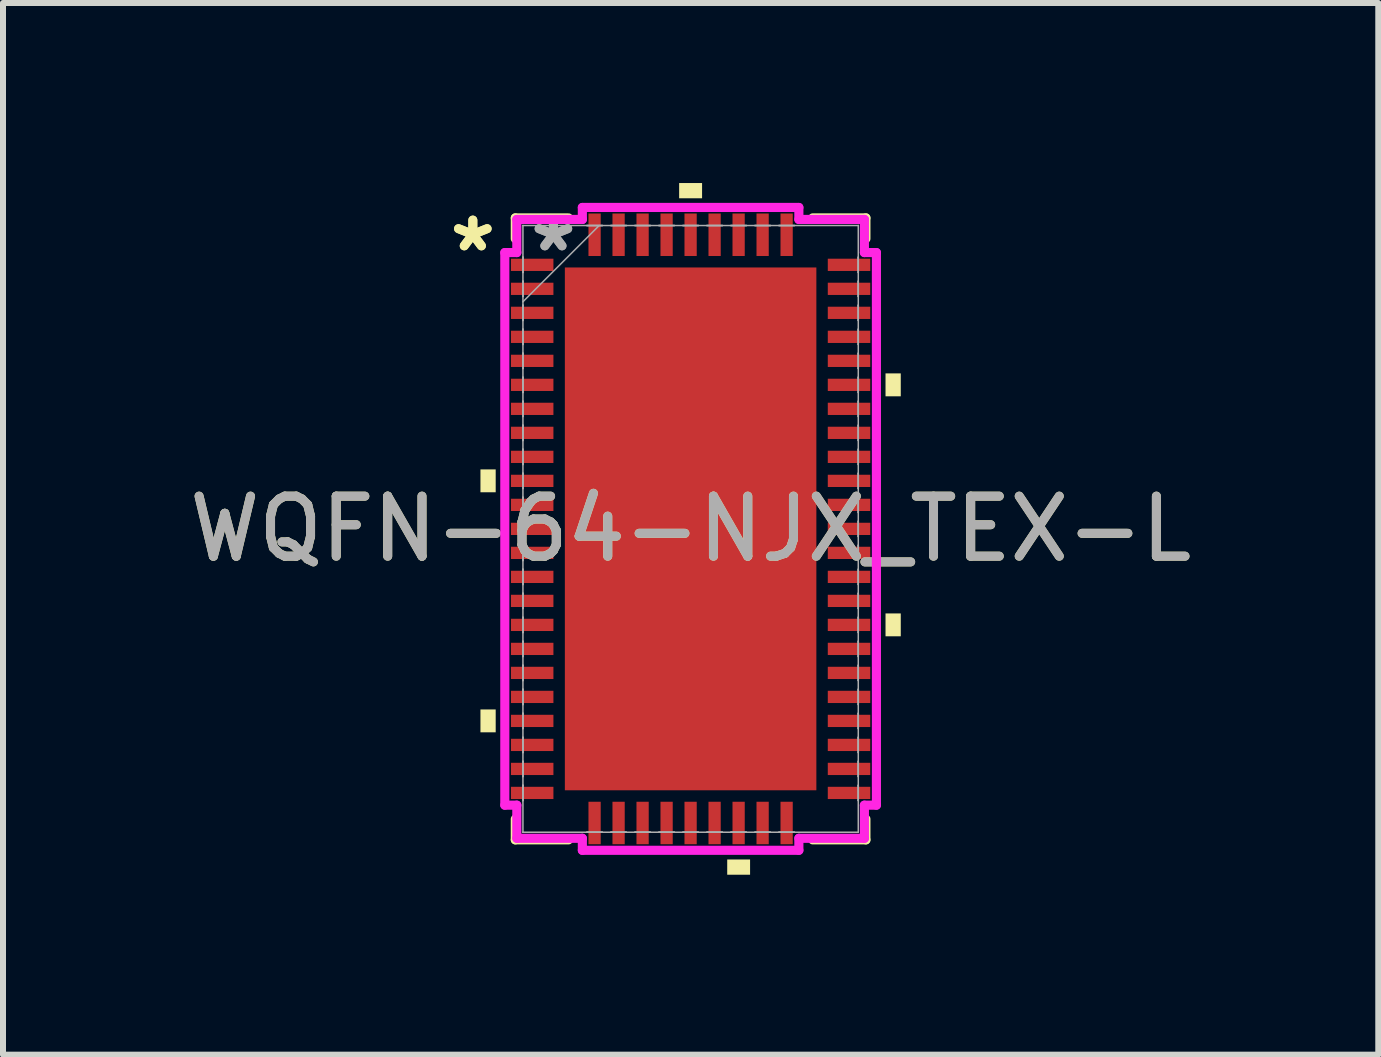
<source format=kicad_pcb>
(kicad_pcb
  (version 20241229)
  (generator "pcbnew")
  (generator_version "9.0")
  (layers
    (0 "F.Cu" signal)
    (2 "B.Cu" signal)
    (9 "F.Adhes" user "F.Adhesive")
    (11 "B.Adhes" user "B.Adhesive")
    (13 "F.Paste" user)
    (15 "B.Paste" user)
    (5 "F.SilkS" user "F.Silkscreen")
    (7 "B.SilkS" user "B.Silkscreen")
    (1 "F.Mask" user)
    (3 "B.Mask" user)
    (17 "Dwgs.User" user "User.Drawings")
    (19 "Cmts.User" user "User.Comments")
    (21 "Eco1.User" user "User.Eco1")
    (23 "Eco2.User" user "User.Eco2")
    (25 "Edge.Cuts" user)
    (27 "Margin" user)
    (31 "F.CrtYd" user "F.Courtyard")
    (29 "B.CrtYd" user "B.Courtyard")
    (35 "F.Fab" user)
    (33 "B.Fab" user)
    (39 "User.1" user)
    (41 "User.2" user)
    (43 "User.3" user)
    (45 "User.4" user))
  (footprint "WQFN-64-NJX_TEX-L"
    (layer "F.Cu")
    (at 8.458 5.763)
    (property "Reference" "WQFN-64-NJX_TEX-L" (at 0 0 0) (unlocked yes) (layer "F.SilkS") (effects (font (size 1 1) (thickness 0.15))))
    (attr smd)
    (fp_line (start -2.921 -5.182) (end -2.921 -4.835) (stroke (width 0.152) (type solid)) (layer "F.SilkS"))
    (fp_line (start -2.921 4.835) (end -2.921 5.182) (stroke (width 0.152) (type solid)) (layer "F.SilkS"))
    (fp_line (start -2.921 5.182) (end -2.035 5.182) (stroke (width 0.152) (type solid)) (layer "F.SilkS"))
    (fp_line (start -2.035 -5.182) (end -2.921 -5.182) (stroke (width 0.152) (type solid)) (layer "F.SilkS"))
    (fp_line (start 2.035 5.182) (end 2.921 5.182) (stroke (width 0.152) (type solid)) (layer "F.SilkS"))
    (fp_line (start 2.921 -5.182) (end 2.035 -5.182) (stroke (width 0.152) (type solid)) (layer "F.SilkS"))
    (fp_line (start 2.921 -4.835) (end 2.921 -5.182) (stroke (width 0.152) (type solid)) (layer "F.SilkS"))
    (fp_line (start 2.921 5.182) (end 2.921 4.835) (stroke (width 0.152) (type solid)) (layer "F.SilkS"))
    (fp_poly (pts (xy -3.502 -0.991) (xy -3.502 -0.61) (xy -3.248 -0.61) (xy -3.248 -0.991)) (stroke (width 0) (type solid)) (fill yes) (layer "F.SilkS"))
    (fp_poly (pts (xy -3.502 3.009) (xy -3.502 3.39) (xy -3.248 3.39) (xy -3.248 3.009)) (stroke (width 0) (type solid)) (fill yes) (layer "F.SilkS"))
    (fp_poly (pts (xy -0.191 -5.509) (xy -0.191 -5.763) (xy 0.191 -5.763) (xy 0.191 -5.509)) (stroke (width 0) (type solid)) (fill yes) (layer "F.SilkS"))
    (fp_poly (pts (xy 0.61 5.509) (xy 0.61 5.763) (xy 0.991 5.763) (xy 0.991 5.509)) (stroke (width 0) (type solid)) (fill yes) (layer "F.SilkS"))
    (fp_poly (pts (xy 3.502 -2.591) (xy 3.502 -2.209) (xy 3.248 -2.209) (xy 3.248 -2.591)) (stroke (width 0) (type solid)) (fill yes) (layer "F.SilkS"))
    (fp_poly (pts (xy 3.502 1.409) (xy 3.502 1.79) (xy 3.248 1.79) (xy 3.248 1.409)) (stroke (width 0) (type solid)) (fill yes) (layer "F.SilkS"))
    (fp_poly (pts (xy -1.996 -4.256) (xy -1.996 -3.004) (xy -0.798 -3.004) (xy -0.798 -4.256)) (stroke (width 0) (type solid)) (fill yes) (layer "F.Paste"))
    (fp_poly (pts (xy -1.996 -2.804) (xy -1.996 -1.552) (xy -0.798 -1.552) (xy -0.798 -2.804)) (stroke (width 0) (type solid)) (fill yes) (layer "F.Paste"))
    (fp_poly (pts (xy -1.996 -1.352) (xy -1.996 -0.1) (xy -0.798 -0.1) (xy -0.798 -1.352)) (stroke (width 0) (type solid)) (fill yes) (layer "F.Paste"))
    (fp_poly (pts (xy -1.996 0.1) (xy -1.996 1.352) (xy -0.798 1.352) (xy -0.798 0.1)) (stroke (width 0) (type solid)) (fill yes) (layer "F.Paste"))
    (fp_poly (pts (xy -1.996 1.552) (xy -1.996 2.804) (xy -0.798 2.804) (xy -0.798 1.552)) (stroke (width 0) (type solid)) (fill yes) (layer "F.Paste"))
    (fp_poly (pts (xy -1.996 3.004) (xy -1.996 4.256) (xy -0.798 4.256) (xy -0.798 3.004)) (stroke (width 0) (type solid)) (fill yes) (layer "F.Paste"))
    (fp_poly (pts (xy -0.599 -4.256) (xy -0.599 -3.004) (xy 0.599 -3.004) (xy 0.599 -4.256)) (stroke (width 0) (type solid)) (fill yes) (layer "F.Paste"))
    (fp_poly (pts (xy -0.599 -2.804) (xy -0.599 -1.552) (xy 0.599 -1.552) (xy 0.599 -2.804)) (stroke (width 0) (type solid)) (fill yes) (layer "F.Paste"))
    (fp_poly (pts (xy -0.599 -1.352) (xy -0.599 -0.1) (xy 0.599 -0.1) (xy 0.599 -1.352)) (stroke (width 0) (type solid)) (fill yes) (layer "F.Paste"))
    (fp_poly (pts (xy -0.599 0.1) (xy -0.599 1.352) (xy 0.599 1.352) (xy 0.599 0.1)) (stroke (width 0) (type solid)) (fill yes) (layer "F.Paste"))
    (fp_poly (pts (xy -0.599 1.552) (xy -0.599 2.804) (xy 0.599 2.804) (xy 0.599 1.552)) (stroke (width 0) (type solid)) (fill yes) (layer "F.Paste"))
    (fp_poly (pts (xy -0.599 3.004) (xy -0.599 4.256) (xy 0.599 4.256) (xy 0.599 3.004)) (stroke (width 0) (type solid)) (fill yes) (layer "F.Paste"))
    (fp_poly (pts (xy 0.798 -4.256) (xy 0.798 -3.004) (xy 1.996 -3.004) (xy 1.996 -4.256)) (stroke (width 0) (type solid)) (fill yes) (layer "F.Paste"))
    (fp_poly (pts (xy 0.798 -2.804) (xy 0.798 -1.552) (xy 1.996 -1.552) (xy 1.996 -2.804)) (stroke (width 0) (type solid)) (fill yes) (layer "F.Paste"))
    (fp_poly (pts (xy 0.798 -1.352) (xy 0.798 -0.1) (xy 1.996 -0.1) (xy 1.996 -1.352)) (stroke (width 0) (type solid)) (fill yes) (layer "F.Paste"))
    (fp_poly (pts (xy 0.798 0.1) (xy 0.798 1.352) (xy 1.996 1.352) (xy 1.996 0.1)) (stroke (width 0) (type solid)) (fill yes) (layer "F.Paste"))
    (fp_poly (pts (xy 0.798 1.552) (xy 0.798 2.804) (xy 1.996 2.804) (xy 1.996 1.552)) (stroke (width 0) (type solid)) (fill yes) (layer "F.Paste"))
    (fp_poly (pts (xy 0.798 3.004) (xy 0.798 4.256) (xy 1.996 4.256) (xy 1.996 3.004)) (stroke (width 0) (type solid)) (fill yes) (layer "F.Paste"))
    (fp_line (start -3.096 -4.604) (end -2.896 -4.604) (stroke (width 0.152) (type solid)) (layer "F.CrtYd"))
    (fp_line (start -3.096 4.604) (end -3.096 -4.604) (stroke (width 0.152) (type solid)) (layer "F.CrtYd"))
    (fp_line (start -2.896 -5.156) (end -1.804 -5.156) (stroke (width 0.152) (type solid)) (layer "F.CrtYd"))
    (fp_line (start -2.896 -4.604) (end -2.896 -5.156) (stroke (width 0.152) (type solid)) (layer "F.CrtYd"))
    (fp_line (start -2.896 4.604) (end -3.096 4.604) (stroke (width 0.152) (type solid)) (layer "F.CrtYd"))
    (fp_line (start -2.896 5.156) (end -2.896 4.604) (stroke (width 0.152) (type solid)) (layer "F.CrtYd"))
    (fp_line (start -1.804 -5.356) (end 1.804 -5.356) (stroke (width 0.152) (type solid)) (layer "F.CrtYd"))
    (fp_line (start -1.804 -5.156) (end -1.804 -5.356) (stroke (width 0.152) (type solid)) (layer "F.CrtYd"))
    (fp_line (start -1.804 5.156) (end -2.896 5.156) (stroke (width 0.152) (type solid)) (layer "F.CrtYd"))
    (fp_line (start -1.804 5.356) (end -1.804 5.156) (stroke (width 0.152) (type solid)) (layer "F.CrtYd"))
    (fp_line (start 1.804 -5.356) (end 1.804 -5.156) (stroke (width 0.152) (type solid)) (layer "F.CrtYd"))
    (fp_line (start 1.804 -5.156) (end 2.896 -5.156) (stroke (width 0.152) (type solid)) (layer "F.CrtYd"))
    (fp_line (start 1.804 5.156) (end 1.804 5.356) (stroke (width 0.152) (type solid)) (layer "F.CrtYd"))
    (fp_line (start 1.804 5.356) (end -1.804 5.356) (stroke (width 0.152) (type solid)) (layer "F.CrtYd"))
    (fp_line (start 2.896 -5.156) (end 2.896 -4.604) (stroke (width 0.152) (type solid)) (layer "F.CrtYd"))
    (fp_line (start 2.896 -4.604) (end 3.096 -4.604) (stroke (width 0.152) (type solid)) (layer "F.CrtYd"))
    (fp_line (start 2.896 4.604) (end 2.896 5.156) (stroke (width 0.152) (type solid)) (layer "F.CrtYd"))
    (fp_line (start 2.896 5.156) (end 1.804 5.156) (stroke (width 0.152) (type solid)) (layer "F.CrtYd"))
    (fp_line (start 3.096 -4.604) (end 3.096 4.604) (stroke (width 0.152) (type solid)) (layer "F.CrtYd"))
    (fp_line (start 3.096 4.604) (end 2.896 4.604) (stroke (width 0.152) (type solid)) (layer "F.CrtYd"))
    (fp_line (start -2.794 -5.055) (end -2.794 -5.055) (stroke (width 0.025) (type solid)) (layer "F.Fab"))
    (fp_line (start -2.794 -5.055) (end -2.794 5.055) (stroke (width 0.025) (type solid)) (layer "F.Fab"))
    (fp_line (start -2.794 -4.527) (end -2.794 -4.527) (stroke (width 0.025) (type solid)) (layer "F.Fab"))
    (fp_line (start -2.794 -4.527) (end -2.794 -4.273) (stroke (width 0.025) (type solid)) (layer "F.Fab"))
    (fp_line (start -2.794 -4.273) (end -2.794 -4.527) (stroke (width 0.025) (type solid)) (layer "F.Fab"))
    (fp_line (start -2.794 -4.273) (end -2.794 -4.273) (stroke (width 0.025) (type solid)) (layer "F.Fab"))
    (fp_line (start -2.794 -4.127) (end -2.794 -4.127) (stroke (width 0.025) (type solid)) (layer "F.Fab"))
    (fp_line (start -2.794 -4.127) (end -2.794 -3.873) (stroke (width 0.025) (type solid)) (layer "F.Fab"))
    (fp_line (start -2.794 -3.873) (end -2.794 -4.127) (stroke (width 0.025) (type solid)) (layer "F.Fab"))
    (fp_line (start -2.794 -3.873) (end -2.794 -3.873) (stroke (width 0.025) (type solid)) (layer "F.Fab"))
    (fp_line (start -2.794 -3.785) (end -1.524 -5.055) (stroke (width 0.025) (type solid)) (layer "F.Fab"))
    (fp_line (start -2.794 -3.727) (end -2.794 -3.727) (stroke (width 0.025) (type solid)) (layer "F.Fab"))
    (fp_line (start -2.794 -3.727) (end -2.794 -3.473) (stroke (width 0.025) (type solid)) (layer "F.Fab"))
    (fp_line (start -2.794 -3.473) (end -2.794 -3.727) (stroke (width 0.025) (type solid)) (layer "F.Fab"))
    (fp_line (start -2.794 -3.473) (end -2.794 -3.473) (stroke (width 0.025) (type solid)) (layer "F.Fab"))
    (fp_line (start -2.794 -3.327) (end -2.794 -3.327) (stroke (width 0.025) (type solid)) (layer "F.Fab"))
    (fp_line (start -2.794 -3.327) (end -2.794 -3.073) (stroke (width 0.025) (type solid)) (layer "F.Fab"))
    (fp_line (start -2.794 -3.073) (end -2.794 -3.327) (stroke (width 0.025) (type solid)) (layer "F.Fab"))
    (fp_line (start -2.794 -3.073) (end -2.794 -3.073) (stroke (width 0.025) (type solid)) (layer "F.Fab"))
    (fp_line (start -2.794 -2.927) (end -2.794 -2.927) (stroke (width 0.025) (type solid)) (layer "F.Fab"))
    (fp_line (start -2.794 -2.927) (end -2.794 -2.673) (stroke (width 0.025) (type solid)) (layer "F.Fab"))
    (fp_line (start -2.794 -2.673) (end -2.794 -2.927) (stroke (width 0.025) (type solid)) (layer "F.Fab"))
    (fp_line (start -2.794 -2.673) (end -2.794 -2.673) (stroke (width 0.025) (type solid)) (layer "F.Fab"))
    (fp_line (start -2.794 -2.527) (end -2.794 -2.527) (stroke (width 0.025) (type solid)) (layer "F.Fab"))
    (fp_line (start -2.794 -2.527) (end -2.794 -2.273) (stroke (width 0.025) (type solid)) (layer "F.Fab"))
    (fp_line (start -2.794 -2.273) (end -2.794 -2.527) (stroke (width 0.025) (type solid)) (layer "F.Fab"))
    (fp_line (start -2.794 -2.273) (end -2.794 -2.273) (stroke (width 0.025) (type solid)) (layer "F.Fab"))
    (fp_line (start -2.794 -2.127) (end -2.794 -2.127) (stroke (width 0.025) (type solid)) (layer "F.Fab"))
    (fp_line (start -2.794 -2.127) (end -2.794 -1.873) (stroke (width 0.025) (type solid)) (layer "F.Fab"))
    (fp_line (start -2.794 -1.873) (end -2.794 -2.127) (stroke (width 0.025) (type solid)) (layer "F.Fab"))
    (fp_line (start -2.794 -1.873) (end -2.794 -1.873) (stroke (width 0.025) (type solid)) (layer "F.Fab"))
    (fp_line (start -2.794 -1.727) (end -2.794 -1.727) (stroke (width 0.025) (type solid)) (layer "F.Fab"))
    (fp_line (start -2.794 -1.727) (end -2.794 -1.473) (stroke (width 0.025) (type solid)) (layer "F.Fab"))
    (fp_line (start -2.794 -1.473) (end -2.794 -1.727) (stroke (width 0.025) (type solid)) (layer "F.Fab"))
    (fp_line (start -2.794 -1.473) (end -2.794 -1.473) (stroke (width 0.025) (type solid)) (layer "F.Fab"))
    (fp_line (start -2.794 -1.327) (end -2.794 -1.327) (stroke (width 0.025) (type solid)) (layer "F.Fab"))
    (fp_line (start -2.794 -1.327) (end -2.794 -1.073) (stroke (width 0.025) (type solid)) (layer "F.Fab"))
    (fp_line (start -2.794 -1.073) (end -2.794 -1.327) (stroke (width 0.025) (type solid)) (layer "F.Fab"))
    (fp_line (start -2.794 -1.073) (end -2.794 -1.073) (stroke (width 0.025) (type solid)) (layer "F.Fab"))
    (fp_line (start -2.794 -0.927) (end -2.794 -0.927) (stroke (width 0.025) (type solid)) (layer "F.Fab"))
    (fp_line (start -2.794 -0.927) (end -2.794 -0.673) (stroke (width 0.025) (type solid)) (layer "F.Fab"))
    (fp_line (start -2.794 -0.673) (end -2.794 -0.927) (stroke (width 0.025) (type solid)) (layer "F.Fab"))
    (fp_line (start -2.794 -0.673) (end -2.794 -0.673) (stroke (width 0.025) (type solid)) (layer "F.Fab"))
    (fp_line (start -2.794 -0.527) (end -2.794 -0.527) (stroke (width 0.025) (type solid)) (layer "F.Fab"))
    (fp_line (start -2.794 -0.527) (end -2.794 -0.273) (stroke (width 0.025) (type solid)) (layer "F.Fab"))
    (fp_line (start -2.794 -0.273) (end -2.794 -0.527) (stroke (width 0.025) (type solid)) (layer "F.Fab"))
    (fp_line (start -2.794 -0.273) (end -2.794 -0.273) (stroke (width 0.025) (type solid)) (layer "F.Fab"))
    (fp_line (start -2.794 -0.127) (end -2.794 -0.127) (stroke (width 0.025) (type solid)) (layer "F.Fab"))
    (fp_line (start -2.794 -0.127) (end -2.794 0.127) (stroke (width 0.025) (type solid)) (layer "F.Fab"))
    (fp_line (start -2.794 0.127) (end -2.794 -0.127) (stroke (width 0.025) (type solid)) (layer "F.Fab"))
    (fp_line (start -2.794 0.127) (end -2.794 0.127) (stroke (width 0.025) (type solid)) (layer "F.Fab"))
    (fp_line (start -2.794 0.273) (end -2.794 0.273) (stroke (width 0.025) (type solid)) (layer "F.Fab"))
    (fp_line (start -2.794 0.273) (end -2.794 0.527) (stroke (width 0.025) (type solid)) (layer "F.Fab"))
    (fp_line (start -2.794 0.527) (end -2.794 0.273) (stroke (width 0.025) (type solid)) (layer "F.Fab"))
    (fp_line (start -2.794 0.527) (end -2.794 0.527) (stroke (width 0.025) (type solid)) (layer "F.Fab"))
    (fp_line (start -2.794 0.673) (end -2.794 0.673) (stroke (width 0.025) (type solid)) (layer "F.Fab"))
    (fp_line (start -2.794 0.673) (end -2.794 0.927) (stroke (width 0.025) (type solid)) (layer "F.Fab"))
    (fp_line (start -2.794 0.927) (end -2.794 0.673) (stroke (width 0.025) (type solid)) (layer "F.Fab"))
    (fp_line (start -2.794 0.927) (end -2.794 0.927) (stroke (width 0.025) (type solid)) (layer "F.Fab"))
    (fp_line (start -2.794 1.073) (end -2.794 1.073) (stroke (width 0.025) (type solid)) (layer "F.Fab"))
    (fp_line (start -2.794 1.073) (end -2.794 1.327) (stroke (width 0.025) (type solid)) (layer "F.Fab"))
    (fp_line (start -2.794 1.327) (end -2.794 1.073) (stroke (width 0.025) (type solid)) (layer "F.Fab"))
    (fp_line (start -2.794 1.327) (end -2.794 1.327) (stroke (width 0.025) (type solid)) (layer "F.Fab"))
    (fp_line (start -2.794 1.473) (end -2.794 1.473) (stroke (width 0.025) (type solid)) (layer "F.Fab"))
    (fp_line (start -2.794 1.473) (end -2.794 1.727) (stroke (width 0.025) (type solid)) (layer "F.Fab"))
    (fp_line (start -2.794 1.727) (end -2.794 1.473) (stroke (width 0.025) (type solid)) (layer "F.Fab"))
    (fp_line (start -2.794 1.727) (end -2.794 1.727) (stroke (width 0.025) (type solid)) (layer "F.Fab"))
    (fp_line (start -2.794 1.873) (end -2.794 1.873) (stroke (width 0.025) (type solid)) (layer "F.Fab"))
    (fp_line (start -2.794 1.873) (end -2.794 2.127) (stroke (width 0.025) (type solid)) (layer "F.Fab"))
    (fp_line (start -2.794 2.127) (end -2.794 1.873) (stroke (width 0.025) (type solid)) (layer "F.Fab"))
    (fp_line (start -2.794 2.127) (end -2.794 2.127) (stroke (width 0.025) (type solid)) (layer "F.Fab"))
    (fp_line (start -2.794 2.273) (end -2.794 2.273) (stroke (width 0.025) (type solid)) (layer "F.Fab"))
    (fp_line (start -2.794 2.273) (end -2.794 2.527) (stroke (width 0.025) (type solid)) (layer "F.Fab"))
    (fp_line (start -2.794 2.527) (end -2.794 2.273) (stroke (width 0.025) (type solid)) (layer "F.Fab"))
    (fp_line (start -2.794 2.527) (end -2.794 2.527) (stroke (width 0.025) (type solid)) (layer "F.Fab"))
    (fp_line (start -2.794 2.673) (end -2.794 2.673) (stroke (width 0.025) (type solid)) (layer "F.Fab"))
    (fp_line (start -2.794 2.673) (end -2.794 2.927) (stroke (width 0.025) (type solid)) (layer "F.Fab"))
    (fp_line (start -2.794 2.927) (end -2.794 2.673) (stroke (width 0.025) (type solid)) (layer "F.Fab"))
    (fp_line (start -2.794 2.927) (end -2.794 2.927) (stroke (width 0.025) (type solid)) (layer "F.Fab"))
    (fp_line (start -2.794 3.073) (end -2.794 3.073) (stroke (width 0.025) (type solid)) (layer "F.Fab"))
    (fp_line (start -2.794 3.073) (end -2.794 3.327) (stroke (width 0.025) (type solid)) (layer "F.Fab"))
    (fp_line (start -2.794 3.327) (end -2.794 3.073) (stroke (width 0.025) (type solid)) (layer "F.Fab"))
    (fp_line (start -2.794 3.327) (end -2.794 3.327) (stroke (width 0.025) (type solid)) (layer "F.Fab"))
    (fp_line (start -2.794 3.473) (end -2.794 3.473) (stroke (width 0.025) (type solid)) (layer "F.Fab"))
    (fp_line (start -2.794 3.473) (end -2.794 3.727) (stroke (width 0.025) (type solid)) (layer "F.Fab"))
    (fp_line (start -2.794 3.727) (end -2.794 3.473) (stroke (width 0.025) (type solid)) (layer "F.Fab"))
    (fp_line (start -2.794 3.727) (end -2.794 3.727) (stroke (width 0.025) (type solid)) (layer "F.Fab"))
    (fp_line (start -2.794 3.873) (end -2.794 3.873) (stroke (width 0.025) (type solid)) (layer "F.Fab"))
    (fp_line (start -2.794 3.873) (end -2.794 4.127) (stroke (width 0.025) (type solid)) (layer "F.Fab"))
    (fp_line (start -2.794 4.127) (end -2.794 3.873) (stroke (width 0.025) (type solid)) (layer "F.Fab"))
    (fp_line (start -2.794 4.127) (end -2.794 4.127) (stroke (width 0.025) (type solid)) (layer "F.Fab"))
    (fp_line (start -2.794 4.273) (end -2.794 4.273) (stroke (width 0.025) (type solid)) (layer "F.Fab"))
    (fp_line (start -2.794 4.273) (end -2.794 4.527) (stroke (width 0.025) (type solid)) (layer "F.Fab"))
    (fp_line (start -2.794 4.527) (end -2.794 4.273) (stroke (width 0.025) (type solid)) (layer "F.Fab"))
    (fp_line (start -2.794 4.527) (end -2.794 4.527) (stroke (width 0.025) (type solid)) (layer "F.Fab"))
    (fp_line (start -2.794 5.055) (end -2.794 5.055) (stroke (width 0.025) (type solid)) (layer "F.Fab"))
    (fp_line (start -2.794 5.055) (end 2.794 5.055) (stroke (width 0.025) (type solid)) (layer "F.Fab"))
    (fp_line (start -1.727 -5.055) (end -1.727 -5.055) (stroke (width 0.025) (type solid)) (layer "F.Fab"))
    (fp_line (start -1.727 -5.055) (end -1.473 -5.055) (stroke (width 0.025) (type solid)) (layer "F.Fab"))
    (fp_line (start -1.727 5.055) (end -1.727 5.055) (stroke (width 0.025) (type solid)) (layer "F.Fab"))
    (fp_line (start -1.727 5.055) (end -1.473 5.055) (stroke (width 0.025) (type solid)) (layer "F.Fab"))
    (fp_line (start -1.473 -5.055) (end -1.727 -5.055) (stroke (width 0.025) (type solid)) (layer "F.Fab"))
    (fp_line (start -1.473 -5.055) (end -1.473 -5.055) (stroke (width 0.025) (type solid)) (layer "F.Fab"))
    (fp_line (start -1.473 5.055) (end -1.727 5.055) (stroke (width 0.025) (type solid)) (layer "F.Fab"))
    (fp_line (start -1.473 5.055) (end -1.473 5.055) (stroke (width 0.025) (type solid)) (layer "F.Fab"))
    (fp_line (start -1.327 -5.055) (end -1.327 -5.055) (stroke (width 0.025) (type solid)) (layer "F.Fab"))
    (fp_line (start -1.327 -5.055) (end -1.073 -5.055) (stroke (width 0.025) (type solid)) (layer "F.Fab"))
    (fp_line (start -1.327 5.055) (end -1.327 5.055) (stroke (width 0.025) (type solid)) (layer "F.Fab"))
    (fp_line (start -1.327 5.055) (end -1.073 5.055) (stroke (width 0.025) (type solid)) (layer "F.Fab"))
    (fp_line (start -1.073 -5.055) (end -1.327 -5.055) (stroke (width 0.025) (type solid)) (layer "F.Fab"))
    (fp_line (start -1.073 -5.055) (end -1.073 -5.055) (stroke (width 0.025) (type solid)) (layer "F.Fab"))
    (fp_line (start -1.073 5.055) (end -1.327 5.055) (stroke (width 0.025) (type solid)) (layer "F.Fab"))
    (fp_line (start -1.073 5.055) (end -1.073 5.055) (stroke (width 0.025) (type solid)) (layer "F.Fab"))
    (fp_line (start -0.927 -5.055) (end -0.927 -5.055) (stroke (width 0.025) (type solid)) (layer "F.Fab"))
    (fp_line (start -0.927 -5.055) (end -0.673 -5.055) (stroke (width 0.025) (type solid)) (layer "F.Fab"))
    (fp_line (start -0.927 5.055) (end -0.927 5.055) (stroke (width 0.025) (type solid)) (layer "F.Fab"))
    (fp_line (start -0.927 5.055) (end -0.673 5.055) (stroke (width 0.025) (type solid)) (layer "F.Fab"))
    (fp_line (start -0.673 -5.055) (end -0.927 -5.055) (stroke (width 0.025) (type solid)) (layer "F.Fab"))
    (fp_line (start -0.673 -5.055) (end -0.673 -5.055) (stroke (width 0.025) (type solid)) (layer "F.Fab"))
    (fp_line (start -0.673 5.055) (end -0.927 5.055) (stroke (width 0.025) (type solid)) (layer "F.Fab"))
    (fp_line (start -0.673 5.055) (end -0.673 5.055) (stroke (width 0.025) (type solid)) (layer "F.Fab"))
    (fp_line (start -0.527 -5.055) (end -0.527 -5.055) (stroke (width 0.025) (type solid)) (layer "F.Fab"))
    (fp_line (start -0.527 -5.055) (end -0.273 -5.055) (stroke (width 0.025) (type solid)) (layer "F.Fab"))
    (fp_line (start -0.527 5.055) (end -0.527 5.055) (stroke (width 0.025) (type solid)) (layer "F.Fab"))
    (fp_line (start -0.527 5.055) (end -0.273 5.055) (stroke (width 0.025) (type solid)) (layer "F.Fab"))
    (fp_line (start -0.273 -5.055) (end -0.527 -5.055) (stroke (width 0.025) (type solid)) (layer "F.Fab"))
    (fp_line (start -0.273 -5.055) (end -0.273 -5.055) (stroke (width 0.025) (type solid)) (layer "F.Fab"))
    (fp_line (start -0.273 5.055) (end -0.527 5.055) (stroke (width 0.025) (type solid)) (layer "F.Fab"))
    (fp_line (start -0.273 5.055) (end -0.273 5.055) (stroke (width 0.025) (type solid)) (layer "F.Fab"))
    (fp_line (start -0.127 -5.055) (end -0.127 -5.055) (stroke (width 0.025) (type solid)) (layer "F.Fab"))
    (fp_line (start -0.127 -5.055) (end 0.127 -5.055) (stroke (width 0.025) (type solid)) (layer "F.Fab"))
    (fp_line (start -0.127 5.055) (end -0.127 5.055) (stroke (width 0.025) (type solid)) (layer "F.Fab"))
    (fp_line (start -0.127 5.055) (end 0.127 5.055) (stroke (width 0.025) (type solid)) (layer "F.Fab"))
    (fp_line (start 0.127 -5.055) (end -0.127 -5.055) (stroke (width 0.025) (type solid)) (layer "F.Fab"))
    (fp_line (start 0.127 -5.055) (end 0.127 -5.055) (stroke (width 0.025) (type solid)) (layer "F.Fab"))
    (fp_line (start 0.127 5.055) (end -0.127 5.055) (stroke (width 0.025) (type solid)) (layer "F.Fab"))
    (fp_line (start 0.127 5.055) (end 0.127 5.055) (stroke (width 0.025) (type solid)) (layer "F.Fab"))
    (fp_line (start 0.273 -5.055) (end 0.273 -5.055) (stroke (width 0.025) (type solid)) (layer "F.Fab"))
    (fp_line (start 0.273 -5.055) (end 0.527 -5.055) (stroke (width 0.025) (type solid)) (layer "F.Fab"))
    (fp_line (start 0.273 5.055) (end 0.273 5.055) (stroke (width 0.025) (type solid)) (layer "F.Fab"))
    (fp_line (start 0.273 5.055) (end 0.527 5.055) (stroke (width 0.025) (type solid)) (layer "F.Fab"))
    (fp_line (start 0.527 -5.055) (end 0.273 -5.055) (stroke (width 0.025) (type solid)) (layer "F.Fab"))
    (fp_line (start 0.527 -5.055) (end 0.527 -5.055) (stroke (width 0.025) (type solid)) (layer "F.Fab"))
    (fp_line (start 0.527 5.055) (end 0.273 5.055) (stroke (width 0.025) (type solid)) (layer "F.Fab"))
    (fp_line (start 0.527 5.055) (end 0.527 5.055) (stroke (width 0.025) (type solid)) (layer "F.Fab"))
    (fp_line (start 0.673 -5.055) (end 0.673 -5.055) (stroke (width 0.025) (type solid)) (layer "F.Fab"))
    (fp_line (start 0.673 -5.055) (end 0.927 -5.055) (stroke (width 0.025) (type solid)) (layer "F.Fab"))
    (fp_line (start 0.673 5.055) (end 0.673 5.055) (stroke (width 0.025) (type solid)) (layer "F.Fab"))
    (fp_line (start 0.673 5.055) (end 0.927 5.055) (stroke (width 0.025) (type solid)) (layer "F.Fab"))
    (fp_line (start 0.927 -5.055) (end 0.673 -5.055) (stroke (width 0.025) (type solid)) (layer "F.Fab"))
    (fp_line (start 0.927 -5.055) (end 0.927 -5.055) (stroke (width 0.025) (type solid)) (layer "F.Fab"))
    (fp_line (start 0.927 5.055) (end 0.673 5.055) (stroke (width 0.025) (type solid)) (layer "F.Fab"))
    (fp_line (start 0.927 5.055) (end 0.927 5.055) (stroke (width 0.025) (type solid)) (layer "F.Fab"))
    (fp_line (start 1.073 -5.055) (end 1.073 -5.055) (stroke (width 0.025) (type solid)) (layer "F.Fab"))
    (fp_line (start 1.073 -5.055) (end 1.327 -5.055) (stroke (width 0.025) (type solid)) (layer "F.Fab"))
    (fp_line (start 1.073 5.055) (end 1.073 5.055) (stroke (width 0.025) (type solid)) (layer "F.Fab"))
    (fp_line (start 1.073 5.055) (end 1.327 5.055) (stroke (width 0.025) (type solid)) (layer "F.Fab"))
    (fp_line (start 1.327 -5.055) (end 1.073 -5.055) (stroke (width 0.025) (type solid)) (layer "F.Fab"))
    (fp_line (start 1.327 -5.055) (end 1.327 -5.055) (stroke (width 0.025) (type solid)) (layer "F.Fab"))
    (fp_line (start 1.327 5.055) (end 1.073 5.055) (stroke (width 0.025) (type solid)) (layer "F.Fab"))
    (fp_line (start 1.327 5.055) (end 1.327 5.055) (stroke (width 0.025) (type solid)) (layer "F.Fab"))
    (fp_line (start 1.473 -5.055) (end 1.473 -5.055) (stroke (width 0.025) (type solid)) (layer "F.Fab"))
    (fp_line (start 1.473 -5.055) (end 1.727 -5.055) (stroke (width 0.025) (type solid)) (layer "F.Fab"))
    (fp_line (start 1.473 5.055) (end 1.473 5.055) (stroke (width 0.025) (type solid)) (layer "F.Fab"))
    (fp_line (start 1.473 5.055) (end 1.727 5.055) (stroke (width 0.025) (type solid)) (layer "F.Fab"))
    (fp_line (start 1.727 -5.055) (end 1.473 -5.055) (stroke (width 0.025) (type solid)) (layer "F.Fab"))
    (fp_line (start 1.727 -5.055) (end 1.727 -5.055) (stroke (width 0.025) (type solid)) (layer "F.Fab"))
    (fp_line (start 1.727 5.055) (end 1.473 5.055) (stroke (width 0.025) (type solid)) (layer "F.Fab"))
    (fp_line (start 1.727 5.055) (end 1.727 5.055) (stroke (width 0.025) (type solid)) (layer "F.Fab"))
    (fp_line (start 2.794 -5.055) (end -2.794 -5.055) (stroke (width 0.025) (type solid)) (layer "F.Fab"))
    (fp_line (start 2.794 -5.055) (end 2.794 -5.055) (stroke (width 0.025) (type solid)) (layer "F.Fab"))
    (fp_line (start 2.794 -4.527) (end 2.794 -4.527) (stroke (width 0.025) (type solid)) (layer "F.Fab"))
    (fp_line (start 2.794 -4.527) (end 2.794 -4.273) (stroke (width 0.025) (type solid)) (layer "F.Fab"))
    (fp_line (start 2.794 -4.273) (end 2.794 -4.527) (stroke (width 0.025) (type solid)) (layer "F.Fab"))
    (fp_line (start 2.794 -4.273) (end 2.794 -4.273) (stroke (width 0.025) (type solid)) (layer "F.Fab"))
    (fp_line (start 2.794 -4.127) (end 2.794 -4.127) (stroke (width 0.025) (type solid)) (layer "F.Fab"))
    (fp_line (start 2.794 -4.127) (end 2.794 -3.873) (stroke (width 0.025) (type solid)) (layer "F.Fab"))
    (fp_line (start 2.794 -3.873) (end 2.794 -4.127) (stroke (width 0.025) (type solid)) (layer "F.Fab"))
    (fp_line (start 2.794 -3.873) (end 2.794 -3.873) (stroke (width 0.025) (type solid)) (layer "F.Fab"))
    (fp_line (start 2.794 -3.727) (end 2.794 -3.727) (stroke (width 0.025) (type solid)) (layer "F.Fab"))
    (fp_line (start 2.794 -3.727) (end 2.794 -3.473) (stroke (width 0.025) (type solid)) (layer "F.Fab"))
    (fp_line (start 2.794 -3.473) (end 2.794 -3.727) (stroke (width 0.025) (type solid)) (layer "F.Fab"))
    (fp_line (start 2.794 -3.473) (end 2.794 -3.473) (stroke (width 0.025) (type solid)) (layer "F.Fab"))
    (fp_line (start 2.794 -3.327) (end 2.794 -3.327) (stroke (width 0.025) (type solid)) (layer "F.Fab"))
    (fp_line (start 2.794 -3.327) (end 2.794 -3.073) (stroke (width 0.025) (type solid)) (layer "F.Fab"))
    (fp_line (start 2.794 -3.073) (end 2.794 -3.327) (stroke (width 0.025) (type solid)) (layer "F.Fab"))
    (fp_line (start 2.794 -3.073) (end 2.794 -3.073) (stroke (width 0.025) (type solid)) (layer "F.Fab"))
    (fp_line (start 2.794 -2.927) (end 2.794 -2.927) (stroke (width 0.025) (type solid)) (layer "F.Fab"))
    (fp_line (start 2.794 -2.927) (end 2.794 -2.673) (stroke (width 0.025) (type solid)) (layer "F.Fab"))
    (fp_line (start 2.794 -2.673) (end 2.794 -2.927) (stroke (width 0.025) (type solid)) (layer "F.Fab"))
    (fp_line (start 2.794 -2.673) (end 2.794 -2.673) (stroke (width 0.025) (type solid)) (layer "F.Fab"))
    (fp_line (start 2.794 -2.527) (end 2.794 -2.527) (stroke (width 0.025) (type solid)) (layer "F.Fab"))
    (fp_line (start 2.794 -2.527) (end 2.794 -2.273) (stroke (width 0.025) (type solid)) (layer "F.Fab"))
    (fp_line (start 2.794 -2.273) (end 2.794 -2.527) (stroke (width 0.025) (type solid)) (layer "F.Fab"))
    (fp_line (start 2.794 -2.273) (end 2.794 -2.273) (stroke (width 0.025) (type solid)) (layer "F.Fab"))
    (fp_line (start 2.794 -2.127) (end 2.794 -2.127) (stroke (width 0.025) (type solid)) (layer "F.Fab"))
    (fp_line (start 2.794 -2.127) (end 2.794 -1.873) (stroke (width 0.025) (type solid)) (layer "F.Fab"))
    (fp_line (start 2.794 -1.873) (end 2.794 -2.127) (stroke (width 0.025) (type solid)) (layer "F.Fab"))
    (fp_line (start 2.794 -1.873) (end 2.794 -1.873) (stroke (width 0.025) (type solid)) (layer "F.Fab"))
    (fp_line (start 2.794 -1.727) (end 2.794 -1.727) (stroke (width 0.025) (type solid)) (layer "F.Fab"))
    (fp_line (start 2.794 -1.727) (end 2.794 -1.473) (stroke (width 0.025) (type solid)) (layer "F.Fab"))
    (fp_line (start 2.794 -1.473) (end 2.794 -1.727) (stroke (width 0.025) (type solid)) (layer "F.Fab"))
    (fp_line (start 2.794 -1.473) (end 2.794 -1.473) (stroke (width 0.025) (type solid)) (layer "F.Fab"))
    (fp_line (start 2.794 -1.327) (end 2.794 -1.327) (stroke (width 0.025) (type solid)) (layer "F.Fab"))
    (fp_line (start 2.794 -1.327) (end 2.794 -1.073) (stroke (width 0.025) (type solid)) (layer "F.Fab"))
    (fp_line (start 2.794 -1.073) (end 2.794 -1.327) (stroke (width 0.025) (type solid)) (layer "F.Fab"))
    (fp_line (start 2.794 -1.073) (end 2.794 -1.073) (stroke (width 0.025) (type solid)) (layer "F.Fab"))
    (fp_line (start 2.794 -0.927) (end 2.794 -0.927) (stroke (width 0.025) (type solid)) (layer "F.Fab"))
    (fp_line (start 2.794 -0.927) (end 2.794 -0.673) (stroke (width 0.025) (type solid)) (layer "F.Fab"))
    (fp_line (start 2.794 -0.673) (end 2.794 -0.927) (stroke (width 0.025) (type solid)) (layer "F.Fab"))
    (fp_line (start 2.794 -0.673) (end 2.794 -0.673) (stroke (width 0.025) (type solid)) (layer "F.Fab"))
    (fp_line (start 2.794 -0.527) (end 2.794 -0.527) (stroke (width 0.025) (type solid)) (layer "F.Fab"))
    (fp_line (start 2.794 -0.527) (end 2.794 -0.273) (stroke (width 0.025) (type solid)) (layer "F.Fab"))
    (fp_line (start 2.794 -0.273) (end 2.794 -0.527) (stroke (width 0.025) (type solid)) (layer "F.Fab"))
    (fp_line (start 2.794 -0.273) (end 2.794 -0.273) (stroke (width 0.025) (type solid)) (layer "F.Fab"))
    (fp_line (start 2.794 -0.127) (end 2.794 -0.127) (stroke (width 0.025) (type solid)) (layer "F.Fab"))
    (fp_line (start 2.794 -0.127) (end 2.794 0.127) (stroke (width 0.025) (type solid)) (layer "F.Fab"))
    (fp_line (start 2.794 0.127) (end 2.794 -0.127) (stroke (width 0.025) (type solid)) (layer "F.Fab"))
    (fp_line (start 2.794 0.127) (end 2.794 0.127) (stroke (width 0.025) (type solid)) (layer "F.Fab"))
    (fp_line (start 2.794 0.273) (end 2.794 0.273) (stroke (width 0.025) (type solid)) (layer "F.Fab"))
    (fp_line (start 2.794 0.273) (end 2.794 0.527) (stroke (width 0.025) (type solid)) (layer "F.Fab"))
    (fp_line (start 2.794 0.527) (end 2.794 0.273) (stroke (width 0.025) (type solid)) (layer "F.Fab"))
    (fp_line (start 2.794 0.527) (end 2.794 0.527) (stroke (width 0.025) (type solid)) (layer "F.Fab"))
    (fp_line (start 2.794 0.673) (end 2.794 0.673) (stroke (width 0.025) (type solid)) (layer "F.Fab"))
    (fp_line (start 2.794 0.673) (end 2.794 0.927) (stroke (width 0.025) (type solid)) (layer "F.Fab"))
    (fp_line (start 2.794 0.927) (end 2.794 0.673) (stroke (width 0.025) (type solid)) (layer "F.Fab"))
    (fp_line (start 2.794 0.927) (end 2.794 0.927) (stroke (width 0.025) (type solid)) (layer "F.Fab"))
    (fp_line (start 2.794 1.073) (end 2.794 1.073) (stroke (width 0.025) (type solid)) (layer "F.Fab"))
    (fp_line (start 2.794 1.073) (end 2.794 1.327) (stroke (width 0.025) (type solid)) (layer "F.Fab"))
    (fp_line (start 2.794 1.327) (end 2.794 1.073) (stroke (width 0.025) (type solid)) (layer "F.Fab"))
    (fp_line (start 2.794 1.327) (end 2.794 1.327) (stroke (width 0.025) (type solid)) (layer "F.Fab"))
    (fp_line (start 2.794 1.473) (end 2.794 1.473) (stroke (width 0.025) (type solid)) (layer "F.Fab"))
    (fp_line (start 2.794 1.473) (end 2.794 1.727) (stroke (width 0.025) (type solid)) (layer "F.Fab"))
    (fp_line (start 2.794 1.727) (end 2.794 1.473) (stroke (width 0.025) (type solid)) (layer "F.Fab"))
    (fp_line (start 2.794 1.727) (end 2.794 1.727) (stroke (width 0.025) (type solid)) (layer "F.Fab"))
    (fp_line (start 2.794 1.873) (end 2.794 1.873) (stroke (width 0.025) (type solid)) (layer "F.Fab"))
    (fp_line (start 2.794 1.873) (end 2.794 2.127) (stroke (width 0.025) (type solid)) (layer "F.Fab"))
    (fp_line (start 2.794 2.127) (end 2.794 1.873) (stroke (width 0.025) (type solid)) (layer "F.Fab"))
    (fp_line (start 2.794 2.127) (end 2.794 2.127) (stroke (width 0.025) (type solid)) (layer "F.Fab"))
    (fp_line (start 2.794 2.273) (end 2.794 2.273) (stroke (width 0.025) (type solid)) (layer "F.Fab"))
    (fp_line (start 2.794 2.273) (end 2.794 2.527) (stroke (width 0.025) (type solid)) (layer "F.Fab"))
    (fp_line (start 2.794 2.527) (end 2.794 2.273) (stroke (width 0.025) (type solid)) (layer "F.Fab"))
    (fp_line (start 2.794 2.527) (end 2.794 2.527) (stroke (width 0.025) (type solid)) (layer "F.Fab"))
    (fp_line (start 2.794 2.673) (end 2.794 2.673) (stroke (width 0.025) (type solid)) (layer "F.Fab"))
    (fp_line (start 2.794 2.673) (end 2.794 2.927) (stroke (width 0.025) (type solid)) (layer "F.Fab"))
    (fp_line (start 2.794 2.927) (end 2.794 2.673) (stroke (width 0.025) (type solid)) (layer "F.Fab"))
    (fp_line (start 2.794 2.927) (end 2.794 2.927) (stroke (width 0.025) (type solid)) (layer "F.Fab"))
    (fp_line (start 2.794 3.073) (end 2.794 3.073) (stroke (width 0.025) (type solid)) (layer "F.Fab"))
    (fp_line (start 2.794 3.073) (end 2.794 3.327) (stroke (width 0.025) (type solid)) (layer "F.Fab"))
    (fp_line (start 2.794 3.327) (end 2.794 3.073) (stroke (width 0.025) (type solid)) (layer "F.Fab"))
    (fp_line (start 2.794 3.327) (end 2.794 3.327) (stroke (width 0.025) (type solid)) (layer "F.Fab"))
    (fp_line (start 2.794 3.473) (end 2.794 3.473) (stroke (width 0.025) (type solid)) (layer "F.Fab"))
    (fp_line (start 2.794 3.473) (end 2.794 3.727) (stroke (width 0.025) (type solid)) (layer "F.Fab"))
    (fp_line (start 2.794 3.727) (end 2.794 3.473) (stroke (width 0.025) (type solid)) (layer "F.Fab"))
    (fp_line (start 2.794 3.727) (end 2.794 3.727) (stroke (width 0.025) (type solid)) (layer "F.Fab"))
    (fp_line (start 2.794 3.873) (end 2.794 3.873) (stroke (width 0.025) (type solid)) (layer "F.Fab"))
    (fp_line (start 2.794 3.873) (end 2.794 4.127) (stroke (width 0.025) (type solid)) (layer "F.Fab"))
    (fp_line (start 2.794 4.127) (end 2.794 3.873) (stroke (width 0.025) (type solid)) (layer "F.Fab"))
    (fp_line (start 2.794 4.127) (end 2.794 4.127) (stroke (width 0.025) (type solid)) (layer "F.Fab"))
    (fp_line (start 2.794 4.273) (end 2.794 4.273) (stroke (width 0.025) (type solid)) (layer "F.Fab"))
    (fp_line (start 2.794 4.273) (end 2.794 4.527) (stroke (width 0.025) (type solid)) (layer "F.Fab"))
    (fp_line (start 2.794 4.527) (end 2.794 4.273) (stroke (width 0.025) (type solid)) (layer "F.Fab"))
    (fp_line (start 2.794 4.527) (end 2.794 4.527) (stroke (width 0.025) (type solid)) (layer "F.Fab"))
    (fp_line (start 2.794 5.055) (end 2.794 -5.055) (stroke (width 0.025) (type solid)) (layer "F.Fab"))
    (fp_line (start 2.794 5.055) (end 2.794 5.055) (stroke (width 0.025) (type solid)) (layer "F.Fab"))
    (fp_text user "*" (at -3.629 -4.6 0) (unlocked yes) (layer "F.SilkS") (effects (font (size 1 1) (thickness 0.15))))
    (fp_text user "*" (at -3.629 -4.6 0) (layer "F.SilkS") (effects (font (size 1 1) (thickness 0.15))))
    (fp_text user "${REFERENCE}" (at 0 0 0) (unlocked yes) (layer "F.Fab") (effects (font (size 1 1) (thickness 0.15))))
    (fp_text user "*" (at -2.286 -4.6 0) (unlocked yes) (layer "F.Fab") (effects (font (size 1 1) (thickness 0.15))))
    (fp_text user "*" (at -2.286 -4.6 0) (layer "F.Fab") (effects (font (size 1 1) (thickness 0.15))))
    (pad "1" smd rect (at -2.64 -4.4 90) (size 0.204 0.708) (layers "F.Cu" "F.Mask" "F.Paste"))
    (pad "2" smd rect (at -2.64 -4 90) (size 0.204 0.708) (layers "F.Cu" "F.Mask" "F.Paste"))
    (pad "3" smd rect (at -2.64 -3.6 90) (size 0.204 0.708) (layers "F.Cu" "F.Mask" "F.Paste"))
    (pad "4" smd rect (at -2.64 -3.2 90) (size 0.204 0.708) (layers "F.Cu" "F.Mask" "F.Paste"))
    (pad "5" smd rect (at -2.64 -2.8 90) (size 0.204 0.708) (layers "F.Cu" "F.Mask" "F.Paste"))
    (pad "6" smd rect (at -2.64 -2.4 90) (size 0.204 0.708) (layers "F.Cu" "F.Mask" "F.Paste"))
    (pad "7" smd rect (at -2.64 -2 90) (size 0.204 0.708) (layers "F.Cu" "F.Mask" "F.Paste"))
    (pad "8" smd rect (at -2.64 -1.6 90) (size 0.204 0.708) (layers "F.Cu" "F.Mask" "F.Paste"))
    (pad "9" smd rect (at -2.64 -1.2 90) (size 0.204 0.708) (layers "F.Cu" "F.Mask" "F.Paste"))
    (pad "10" smd rect (at -2.64 -0.8 90) (size 0.204 0.708) (layers "F.Cu" "F.Mask" "F.Paste"))
    (pad "11" smd rect (at -2.64 -0.4 90) (size 0.204 0.708) (layers "F.Cu" "F.Mask" "F.Paste"))
    (pad "12" smd rect (at -2.64 0 90) (size 0.204 0.708) (layers "F.Cu" "F.Mask" "F.Paste"))
    (pad "13" smd rect (at -2.64 0.4 90) (size 0.204 0.708) (layers "F.Cu" "F.Mask" "F.Paste"))
    (pad "14" smd rect (at -2.64 0.8 90) (size 0.204 0.708) (layers "F.Cu" "F.Mask" "F.Paste"))
    (pad "15" smd rect (at -2.64 1.2 90) (size 0.204 0.708) (layers "F.Cu" "F.Mask" "F.Paste"))
    (pad "16" smd rect (at -2.64 1.6 90) (size 0.204 0.708) (layers "F.Cu" "F.Mask" "F.Paste"))
    (pad "17" smd rect (at -2.64 2 90) (size 0.204 0.708) (layers "F.Cu" "F.Mask" "F.Paste"))
    (pad "18" smd rect (at -2.64 2.4 90) (size 0.204 0.708) (layers "F.Cu" "F.Mask" "F.Paste"))
    (pad "19" smd rect (at -2.64 2.8 90) (size 0.204 0.708) (layers "F.Cu" "F.Mask" "F.Paste"))
    (pad "20" smd rect (at -2.64 3.2 90) (size 0.204 0.708) (layers "F.Cu" "F.Mask" "F.Paste"))
    (pad "21" smd rect (at -2.64 3.6 90) (size 0.204 0.708) (layers "F.Cu" "F.Mask" "F.Paste"))
    (pad "22" smd rect (at -2.64 4 90) (size 0.204 0.708) (layers "F.Cu" "F.Mask" "F.Paste"))
    (pad "23" smd rect (at -2.64 4.4 90) (size 0.204 0.708) (layers "F.Cu" "F.Mask" "F.Paste"))
    (pad "24" smd rect (at -1.6 4.901) (size 0.204 0.708) (layers "F.Cu" "F.Mask" "F.Paste"))
    (pad "25" smd rect (at -1.2 4.901) (size 0.204 0.708) (layers "F.Cu" "F.Mask" "F.Paste"))
    (pad "26" smd rect (at -0.8 4.901) (size 0.204 0.708) (layers "F.Cu" "F.Mask" "F.Paste"))
    (pad "27" smd rect (at -0.4 4.901) (size 0.204 0.708) (layers "F.Cu" "F.Mask" "F.Paste"))
    (pad "28" smd rect (at 0 4.901) (size 0.204 0.708) (layers "F.Cu" "F.Mask" "F.Paste"))
    (pad "29" smd rect (at 0.4 4.901) (size 0.204 0.708) (layers "F.Cu" "F.Mask" "F.Paste"))
    (pad "30" smd rect (at 0.8 4.901) (size 0.204 0.708) (layers "F.Cu" "F.Mask" "F.Paste"))
    (pad "31" smd rect (at 1.2 4.901) (size 0.204 0.708) (layers "F.Cu" "F.Mask" "F.Paste"))
    (pad "32" smd rect (at 1.6 4.901) (size 0.204 0.708) (layers "F.Cu" "F.Mask" "F.Paste"))
    (pad "33" smd rect (at 2.64 4.4 90) (size 0.204 0.708) (layers "F.Cu" "F.Mask" "F.Paste"))
    (pad "34" smd rect (at 2.64 4 90) (size 0.204 0.708) (layers "F.Cu" "F.Mask" "F.Paste"))
    (pad "35" smd rect (at 2.64 3.6 90) (size 0.204 0.708) (layers "F.Cu" "F.Mask" "F.Paste"))
    (pad "36" smd rect (at 2.64 3.2 90) (size 0.204 0.708) (layers "F.Cu" "F.Mask" "F.Paste"))
    (pad "37" smd rect (at 2.64 2.8 90) (size 0.204 0.708) (layers "F.Cu" "F.Mask" "F.Paste"))
    (pad "38" smd rect (at 2.64 2.4 90) (size 0.204 0.708) (layers "F.Cu" "F.Mask" "F.Paste"))
    (pad "39" smd rect (at 2.64 2 90) (size 0.204 0.708) (layers "F.Cu" "F.Mask" "F.Paste"))
    (pad "40" smd rect (at 2.64 1.6 90) (size 0.204 0.708) (layers "F.Cu" "F.Mask" "F.Paste"))
    (pad "41" smd rect (at 2.64 1.2 90) (size 0.204 0.708) (layers "F.Cu" "F.Mask" "F.Paste"))
    (pad "42" smd rect (at 2.64 0.8 90) (size 0.204 0.708) (layers "F.Cu" "F.Mask" "F.Paste"))
    (pad "43" smd rect (at 2.64 0.4 90) (size 0.204 0.708) (layers "F.Cu" "F.Mask" "F.Paste"))
    (pad "44" smd rect (at 2.64 0 90) (size 0.204 0.708) (layers "F.Cu" "F.Mask" "F.Paste"))
    (pad "45" smd rect (at 2.64 -0.4 90) (size 0.204 0.708) (layers "F.Cu" "F.Mask" "F.Paste"))
    (pad "46" smd rect (at 2.64 -0.8 90) (size 0.204 0.708) (layers "F.Cu" "F.Mask" "F.Paste"))
    (pad "47" smd rect (at 2.64 -1.2 90) (size 0.204 0.708) (layers "F.Cu" "F.Mask" "F.Paste"))
    (pad "48" smd rect (at 2.64 -1.6 90) (size 0.204 0.708) (layers "F.Cu" "F.Mask" "F.Paste"))
    (pad "49" smd rect (at 2.64 -2 90) (size 0.204 0.708) (layers "F.Cu" "F.Mask" "F.Paste"))
    (pad "50" smd rect (at 2.64 -2.4 90) (size 0.204 0.708) (layers "F.Cu" "F.Mask" "F.Paste"))
    (pad "51" smd rect (at 2.64 -2.8 90) (size 0.204 0.708) (layers "F.Cu" "F.Mask" "F.Paste"))
    (pad "52" smd rect (at 2.64 -3.2 90) (size 0.204 0.708) (layers "F.Cu" "F.Mask" "F.Paste"))
    (pad "53" smd rect (at 2.64 -3.6 90) (size 0.204 0.708) (layers "F.Cu" "F.Mask" "F.Paste"))
    (pad "54" smd rect (at 2.64 -4 90) (size 0.204 0.708) (layers "F.Cu" "F.Mask" "F.Paste"))
    (pad "55" smd rect (at 2.64 -4.4 90) (size 0.204 0.708) (layers "F.Cu" "F.Mask" "F.Paste"))
    (pad "56" smd rect (at 1.6 -4.901) (size 0.204 0.708) (layers "F.Cu" "F.Mask" "F.Paste"))
    (pad "57" smd rect (at 1.2 -4.901) (size 0.204 0.708) (layers "F.Cu" "F.Mask" "F.Paste"))
    (pad "58" smd rect (at 0.8 -4.901) (size 0.204 0.708) (layers "F.Cu" "F.Mask" "F.Paste"))
    (pad "59" smd rect (at 0.4 -4.901) (size 0.204 0.708) (layers "F.Cu" "F.Mask" "F.Paste"))
    (pad "60" smd rect (at 0 -4.901) (size 0.204 0.708) (layers "F.Cu" "F.Mask" "F.Paste"))
    (pad "61" smd rect (at -0.4 -4.901) (size 0.204 0.708) (layers "F.Cu" "F.Mask" "F.Paste"))
    (pad "62" smd rect (at -0.8 -4.901) (size 0.204 0.708) (layers "F.Cu" "F.Mask" "F.Paste"))
    (pad "63" smd rect (at -1.2 -4.901) (size 0.204 0.708) (layers "F.Cu" "F.Mask" "F.Paste"))
    (pad "64" smd rect (at -1.6 -4.901) (size 0.204 0.708) (layers "F.Cu" "F.Mask" "F.Paste"))
    (pad "65" smd rect (at 0 0) (size 4.191 8.712) (layers "F.Cu" "F.Mask" "F.Paste")))
  (gr_rect
    (start -3 -3)
    (end 19.917 14.525)
    (stroke (width 0.1) (type default))
    (fill no)
    (layer "Edge.Cuts")))
</source>
